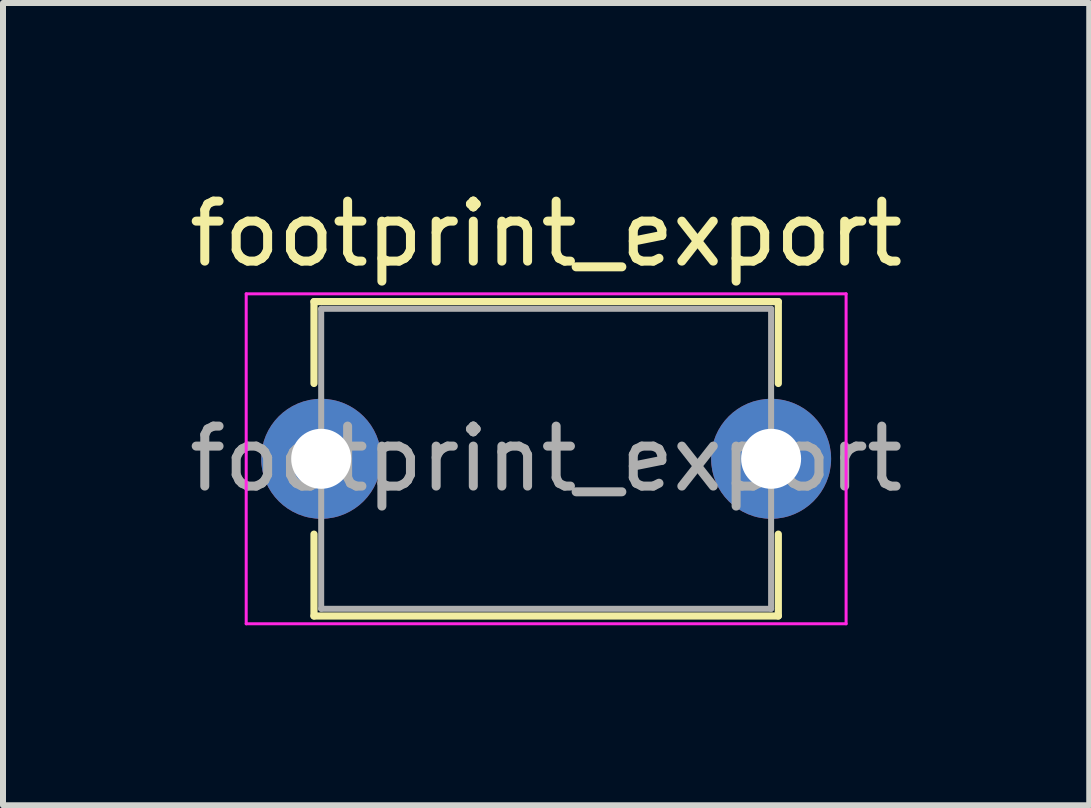
<source format=kicad_pcb>
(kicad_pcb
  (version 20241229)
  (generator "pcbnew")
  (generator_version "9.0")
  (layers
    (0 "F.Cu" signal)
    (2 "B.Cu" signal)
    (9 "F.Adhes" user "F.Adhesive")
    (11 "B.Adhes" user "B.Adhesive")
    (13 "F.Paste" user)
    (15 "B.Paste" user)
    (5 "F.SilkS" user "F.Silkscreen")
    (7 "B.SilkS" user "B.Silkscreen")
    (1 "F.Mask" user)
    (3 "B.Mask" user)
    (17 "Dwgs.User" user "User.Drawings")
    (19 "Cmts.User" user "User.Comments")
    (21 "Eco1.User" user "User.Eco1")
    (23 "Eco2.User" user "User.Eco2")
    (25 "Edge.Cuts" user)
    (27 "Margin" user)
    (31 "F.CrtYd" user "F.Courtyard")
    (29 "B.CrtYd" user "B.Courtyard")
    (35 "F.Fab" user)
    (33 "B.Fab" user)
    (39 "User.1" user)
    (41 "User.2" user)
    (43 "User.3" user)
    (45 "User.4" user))
  (footprint "footprint_export"
    (layer "F.Cu")
    (at 2.304 4.598)
    (property "Reference" "footprint_export" (at 3.75 -3.75 0) (layer "F.SilkS") (effects (font (size 1 1) (thickness 0.15))))
    (attr through_hole)
    (fp_line (start -0.12 -2.62) (end -0.12 -1.256) (stroke (width 0.12) (type solid)) (layer "F.SilkS"))
    (fp_line (start -0.12 -2.62) (end 7.62 -2.62) (stroke (width 0.12) (type solid)) (layer "F.SilkS"))
    (fp_line (start -0.12 1.256) (end -0.12 2.62) (stroke (width 0.12) (type solid)) (layer "F.SilkS"))
    (fp_line (start -0.12 2.62) (end 7.62 2.62) (stroke (width 0.12) (type solid)) (layer "F.SilkS"))
    (fp_line (start 7.62 -2.62) (end 7.62 -1.256) (stroke (width 0.12) (type solid)) (layer "F.SilkS"))
    (fp_line (start 7.62 1.256) (end 7.62 2.62) (stroke (width 0.12) (type solid)) (layer "F.SilkS"))
    (fp_line (start -1.25 -2.75) (end -1.25 2.75) (stroke (width 0.05) (type solid)) (layer "F.CrtYd"))
    (fp_line (start -1.25 2.75) (end 8.75 2.75) (stroke (width 0.05) (type solid)) (layer "F.CrtYd"))
    (fp_line (start 8.75 -2.75) (end -1.25 -2.75) (stroke (width 0.05) (type solid)) (layer "F.CrtYd"))
    (fp_line (start 8.75 2.75) (end 8.75 -2.75) (stroke (width 0.05) (type solid)) (layer "F.CrtYd"))
    (fp_line (start 0 -2.5) (end 0 2.5) (stroke (width 0.1) (type solid)) (layer "F.Fab"))
    (fp_line (start 0 2.5) (end 7.5 2.5) (stroke (width 0.1) (type solid)) (layer "F.Fab"))
    (fp_line (start 7.5 -2.5) (end 0 -2.5) (stroke (width 0.1) (type solid)) (layer "F.Fab"))
    (fp_line (start 7.5 2.5) (end 7.5 -2.5) (stroke (width 0.1) (type solid)) (layer "F.Fab"))
    (fp_text user "${REFERENCE}" (at 3.75 0 0) (layer "F.Fab") (effects (font (size 1 1) (thickness 0.15))))
    (pad "1" thru_hole circle (at 0 0) (size 2 2) (drill 1) (layers "*.Cu" "*.Mask"))
    (pad "2" thru_hole circle (at 7.5 0) (size 2 2) (drill 1) (layers "*.Cu" "*.Mask")))
  (gr_rect
    (start -3 -3)
    (end 15.107 10.373)
    (stroke (width 0.1) (type default))
    (fill no)
    (layer "Edge.Cuts")))
</source>
